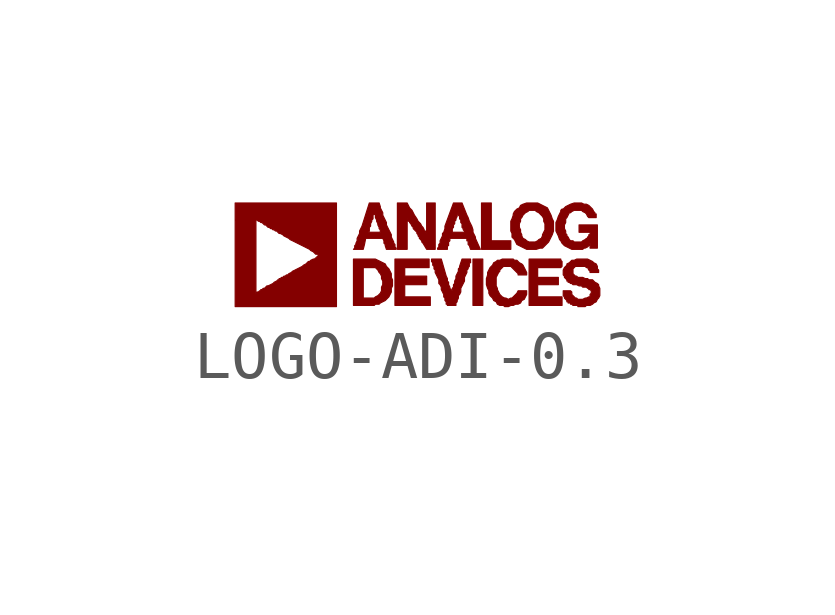
<source format=kicad_sym>
(kicad_symbol_lib
  (version 20201005)
  (generator kicad_symbol_editor)
  (symbol "LOGO-ADI-0.3"
    (pin_names
      (offset 1.016))
    (property "Reference" "#G"
      (at 0 -0.305 0)
      (effects (font (size 1.524 1.524)) hide))
    (symbol "LOGO-ADI-0.3_0_0"
      (polyline (pts (xy 1.372 -0.102) (xy 1.168 -0.102) (xy 1.168 -1.067) (xy 1.372 -1.067) (xy 1.372 -0.102)) (stroke (width 0.025)) (fill (type outline)))
      (polyline (pts (xy 1.956 0.279) (xy 1.549 0.279) (xy 1.549 1.067) (xy 1.346 1.067) (xy 1.346 0.102) (xy 1.956 0.102) (xy 1.956 0.279)) (stroke (width 0.025)) (fill (type outline)))
      (polyline (pts (xy 0.279 -0.889) (xy -0.254 -0.889) (xy -0.254 -0.635) (xy 0.203 -0.635) (xy 0.203 -0.457) (xy -0.254 -0.457) (xy -0.254 -0.279) (xy 0.254 -0.279) (xy 0.254 -0.102) (xy -0.457 -0.102) (xy -0.457 -1.067) (xy 0.279 -1.067) (xy 0.279 -0.889)) (stroke (width 0.025)) (fill (type outline)))
      (polyline (pts (xy 3.023 -0.889) (xy 2.515 -0.889) (xy 2.515 -0.635) (xy 2.946 -0.635) (xy 2.946 -0.483) (xy 2.515 -0.483) (xy 2.515 -0.279) (xy 2.997 -0.279) (xy 3.023 -0.254) (xy 3.023 -0.152) (xy 2.997 -0.127) (xy 2.997 -0.102) (xy 2.337 -0.102) (xy 2.337 -1.067) (xy 3.023 -1.067) (xy 3.023 -0.889)) (stroke (width 0.025)) (fill (type outline)))
      (polyline (pts (xy -0.864 -1.041) (xy -0.787 -1.041) (xy -0.762 -1.016) (xy -0.66 -0.965) (xy -0.584 -0.889) (xy -0.533 -0.787) (xy -0.533 -0.711) (xy -0.508 -0.66) (xy -0.508 -0.533) (xy -0.533 -0.483) (xy -0.533 -0.406) (xy -0.584 -0.305) (xy -0.635 -0.254) (xy -0.66 -0.203) (xy -0.864 -0.102) (xy -1.321 -0.102) (xy -1.321 -0.914) (xy -1.118 -0.914) (xy -1.118 -0.279) (xy -0.864 -0.279) (xy -0.813 -0.33) (xy -0.787 -0.381) (xy -0.762 -0.406) (xy -0.737 -0.457) (xy -0.737 -0.508) (xy -0.711 -0.559) (xy -0.711 -0.635) (xy -0.737 -0.686) (xy -0.737 -0.762) (xy -0.762 -0.813) (xy -0.813 -0.864) (xy -0.864 -0.889) (xy -0.889 -0.914) (xy -1.118 -0.914) (xy -1.321 -0.914) (xy -1.321 -1.067) (xy -0.889 -1.067) (xy -0.864 -1.041)) (stroke (width 0.025)) (fill (type outline)))
      (polyline (pts (xy -0.203 0.737) (xy -0.178 0.686) (xy -0.152 0.686) (xy -0.152 0.66) (xy -0.127 0.635) (xy -0.102 0.584) (xy -0.076 0.559) (xy -0.076 0.533) (xy 0 0.457) (xy 0 0.432) (xy 0.025 0.406) (xy 0.025 0.381) (xy 0.051 0.356) (xy 0.051 0.33) (xy 0.102 0.279) (xy 0.102 0.254) (xy 0.127 0.229) (xy 0.203 0.102) (xy 0.381 0.102) (xy 0.381 1.067) (xy 0.203 1.067) (xy 0.203 0.432) (xy 0.178 0.457) (xy 0.178 0.483) (xy 0.152 0.483) (xy 0.152 0.508) (xy 0.127 0.559) (xy 0.102 0.584) (xy 0.076 0.635) (xy 0.025 0.686) (xy 0 0.737) (xy -0.051 0.813) (xy -0.102 0.914) (xy -0.152 0.965) (xy -0.203 1.067) (xy -0.406 1.067) (xy -0.406 0.102) (xy -0.203 0.102) (xy -0.203 0.737)) (stroke (width 0.025)) (fill (type outline)))
      (polyline (pts (xy -1.092 0.203) (xy -1.067 0.33) (xy -0.711 0.33) (xy -0.686 0.279) (xy -0.686 0.229) (xy -0.66 0.203) (xy -0.66 0.178) (xy -0.635 0.102) (xy -0.432 0.102) (xy -0.432 0.127) (xy -0.457 0.152) (xy -0.457 0.203) (xy -0.483 0.229) (xy -0.483 0.254) (xy -0.533 0.356) (xy -0.533 0.406) (xy -0.635 0.61) (xy -0.635 0.66) (xy -0.711 0.813) (xy -0.711 0.864) (xy -0.762 0.965) (xy -0.762 0.991) (xy -0.787 1.067) (xy -0.991 1.067) (xy -1.143 0.584) (xy -1.194 0.483) (xy -1.194 0.457) (xy -1.016 0.457) (xy -0.991 0.483) (xy -0.991 0.559) (xy -0.965 0.584) (xy -0.965 0.635) (xy -0.94 0.686) (xy -0.94 0.711) (xy -0.914 0.737) (xy -0.914 0.813) (xy -0.889 0.838) (xy -0.864 0.813) (xy -0.864 0.762) (xy -0.838 0.711) (xy -0.838 0.686) (xy -0.813 0.635) (xy -0.813 0.61) (xy -0.787 0.559) (xy -0.787 0.533) (xy -0.762 0.508) (xy -0.762 0.457) (xy -1.016 0.457) (xy -1.194 0.457) (xy -1.194 0.432) (xy -1.245 0.33) (xy -1.245 0.279) (xy -1.27 0.229) (xy -1.27 0.203) (xy -1.295 0.178) (xy -1.295 0.127) (xy -1.321 0.102) (xy -1.118 0.102) (xy -1.092 0.203)) (stroke (width 0.025)) (fill (type outline)))
      (polyline (pts (xy 0.635 0.178) (xy 0.66 0.178) (xy 0.66 0.254) (xy 0.686 0.279) (xy 0.686 0.33) (xy 1.041 0.33) (xy 1.041 0.279) (xy 1.067 0.279) (xy 1.067 0.203) (xy 1.092 0.178) (xy 1.118 0.102) (xy 1.321 0.102) (xy 1.219 0.33) (xy 1.219 0.356) (xy 1.168 0.457) (xy 1.168 0.508) (xy 1.143 0.584) (xy 1.092 0.686) (xy 1.067 0.762) (xy 1.041 0.813) (xy 0.94 1.067) (xy 0.762 1.067) (xy 0.584 0.584) (xy 0.584 0.533) (xy 0.559 0.457) (xy 0.737 0.457) (xy 0.737 0.533) (xy 0.762 0.559) (xy 0.762 0.61) (xy 0.787 0.635) (xy 0.787 0.686) (xy 0.813 0.711) (xy 0.813 0.737) (xy 0.838 0.787) (xy 0.838 0.838) (xy 0.864 0.864) (xy 0.864 0.813) (xy 0.889 0.787) (xy 0.889 0.737) (xy 0.914 0.711) (xy 0.914 0.66) (xy 0.94 0.635) (xy 0.94 0.559) (xy 0.965 0.533) (xy 0.965 0.508) (xy 0.991 0.483) (xy 0.991 0.457) (xy 0.737 0.457) (xy 0.559 0.457) (xy 0.533 0.432) (xy 0.533 0.381) (xy 0.483 0.279) (xy 0.483 0.229) (xy 0.457 0.203) (xy 0.457 0.152) (xy 0.432 0.127) (xy 0.432 0.102) (xy 0.635 0.102) (xy 0.635 0.178)) (stroke (width 0.025)) (fill (type outline)))
      (polyline (pts (xy 1.956 -1.067) (xy 2.007 -1.067) (xy 2.057 -1.041) (xy 2.108 -1.041) (xy 2.159 -1.016) (xy 2.184 -0.965) (xy 2.235 -0.94) (xy 2.286 -0.838) (xy 2.286 -0.762) (xy 2.108 -0.762) (xy 2.083 -0.813) (xy 1.981 -0.914) (xy 1.956 -0.914) (xy 1.905 -0.94) (xy 1.854 -0.914) (xy 1.829 -0.914) (xy 1.778 -0.889) (xy 1.727 -0.838) (xy 1.676 -0.737) (xy 1.676 -0.711) (xy 1.651 -0.66) (xy 1.651 -0.483) (xy 1.702 -0.381) (xy 1.727 -0.356) (xy 1.727 -0.33) (xy 1.803 -0.254) (xy 1.956 -0.254) (xy 2.108 -0.406) (xy 2.108 -0.432) (xy 2.286 -0.432) (xy 2.286 -0.381) (xy 2.21 -0.229) (xy 2.184 -0.203) (xy 2.134 -0.178) (xy 2.083 -0.127) (xy 2.032 -0.127) (xy 2.007 -0.102) (xy 1.778 -0.102) (xy 1.727 -0.127) (xy 1.676 -0.127) (xy 1.651 -0.152) (xy 1.6 -0.178) (xy 1.575 -0.229) (xy 1.524 -0.279) (xy 1.473 -0.381) (xy 1.473 -0.432) (xy 1.448 -0.508) (xy 1.448 -0.635) (xy 1.473 -0.711) (xy 1.499 -0.762) (xy 1.499 -0.813) (xy 1.524 -0.864) (xy 1.575 -0.914) (xy 1.6 -0.965) (xy 1.651 -0.991) (xy 1.676 -1.041) (xy 1.727 -1.067) (xy 1.803 -1.067) (xy 1.829 -1.092) (xy 1.905 -1.092) (xy 1.956 -1.067)) (stroke (width 0.025)) (fill (type outline)))
      (polyline (pts (xy 2.565 0.127) (xy 2.616 0.127) (xy 2.743 0.254) (xy 2.819 0.406) (xy 2.845 0.483) (xy 2.845 0.686) (xy 2.819 0.737) (xy 2.794 0.813) (xy 2.718 0.965) (xy 2.515 1.067) (xy 2.286 1.067) (xy 2.21 1.041) (xy 2.159 1.016) (xy 2.134 0.965) (xy 2.083 0.94) (xy 2.032 0.889) (xy 2.007 0.838) (xy 2.007 0.813) (xy 1.981 0.737) (xy 1.956 0.686) (xy 1.956 0.559) (xy 2.134 0.559) (xy 2.134 0.635) (xy 2.159 0.686) (xy 2.159 0.737) (xy 2.184 0.762) (xy 2.21 0.813) (xy 2.261 0.864) (xy 2.311 0.889) (xy 2.337 0.914) (xy 2.464 0.914) (xy 2.489 0.889) (xy 2.54 0.864) (xy 2.616 0.787) (xy 2.642 0.737) (xy 2.642 0.686) (xy 2.667 0.635) (xy 2.667 0.508) (xy 2.616 0.406) (xy 2.616 0.381) (xy 2.591 0.33) (xy 2.54 0.305) (xy 2.515 0.279) (xy 2.464 0.254) (xy 2.337 0.254) (xy 2.286 0.279) (xy 2.261 0.305) (xy 2.21 0.33) (xy 2.184 0.381) (xy 2.184 0.406) (xy 2.159 0.457) (xy 2.159 0.508) (xy 2.134 0.559) (xy 1.956 0.559) (xy 1.956 0.483) (xy 1.981 0.432) (xy 1.981 0.356) (xy 2.032 0.305) (xy 2.083 0.203) (xy 2.286 0.102) (xy 2.489 0.102) (xy 2.565 0.127)) (stroke (width 0.025)) (fill (type outline)))
      (polyline (pts (xy 0.813 -1.016) (xy 0.838 -0.991) (xy 0.838 -0.965) (xy 0.864 -0.914) (xy 0.864 -0.864) (xy 0.889 -0.838) (xy 0.914 -0.787) (xy 0.914 -0.711) (xy 0.991 -0.559) (xy 0.991 -0.483) (xy 1.041 -0.381) (xy 1.041 -0.33) (xy 1.067 -0.305) (xy 1.067 -0.279) (xy 1.092 -0.254) (xy 1.092 -0.178) (xy 1.118 -0.178) (xy 1.118 -0.102) (xy 0.94 -0.102) (xy 0.889 -0.254) (xy 0.889 -0.279) (xy 0.864 -0.305) (xy 0.864 -0.356) (xy 0.813 -0.457) (xy 0.813 -0.508) (xy 0.787 -0.559) (xy 0.787 -0.61) (xy 0.762 -0.635) (xy 0.762 -0.686) (xy 0.737 -0.711) (xy 0.737 -0.762) (xy 0.711 -0.787) (xy 0.711 -0.737) (xy 0.686 -0.711) (xy 0.686 -0.686) (xy 0.66 -0.635) (xy 0.66 -0.584) (xy 0.635 -0.559) (xy 0.635 -0.508) (xy 0.61 -0.457) (xy 0.508 -0.102) (xy 0.305 -0.102) (xy 0.305 -0.152) (xy 0.33 -0.178) (xy 0.33 -0.229) (xy 0.356 -0.254) (xy 0.356 -0.305) (xy 0.381 -0.33) (xy 0.381 -0.381) (xy 0.457 -0.533) (xy 0.457 -0.61) (xy 0.483 -0.635) (xy 0.508 -0.686) (xy 0.508 -0.737) (xy 0.559 -0.838) (xy 0.559 -0.889) (xy 0.584 -0.914) (xy 0.584 -0.965) (xy 0.61 -0.991) (xy 0.61 -1.041) (xy 0.635 -1.041) (xy 0.635 -1.067) (xy 0.813 -1.067) (xy 0.813 -1.016)) (stroke (width 0.025)) (fill (type outline)))
      (polyline (pts (xy 3.48 0.127) (xy 3.505 0.127) (xy 3.556 0.152) (xy 3.581 0.178) (xy 3.607 0.229) (xy 3.607 0.127) (xy 3.759 0.127) (xy 3.759 0.61) (xy 3.378 0.61) (xy 3.378 0.457) (xy 3.607 0.457) (xy 3.607 0.406) (xy 3.581 0.406) (xy 3.581 0.381) (xy 3.556 0.356) (xy 3.556 0.33) (xy 3.531 0.33) (xy 3.505 0.305) (xy 3.454 0.279) (xy 3.429 0.254) (xy 3.277 0.254) (xy 3.251 0.279) (xy 3.2 0.279) (xy 3.175 0.305) (xy 3.15 0.356) (xy 3.124 0.381) (xy 3.124 0.406) (xy 3.099 0.432) (xy 3.099 0.483) (xy 3.073 0.533) (xy 3.073 0.61) (xy 3.099 0.66) (xy 3.099 0.737) (xy 3.124 0.762) (xy 3.175 0.864) (xy 3.2 0.864) (xy 3.226 0.889) (xy 3.277 0.914) (xy 3.429 0.914) (xy 3.454 0.889) (xy 3.505 0.864) (xy 3.531 0.838) (xy 3.556 0.787) (xy 3.581 0.762) (xy 3.734 0.762) (xy 3.734 0.838) (xy 3.708 0.838) (xy 3.708 0.864) (xy 3.683 0.889) (xy 3.658 0.94) (xy 3.581 1.016) (xy 3.531 1.041) (xy 3.48 1.041) (xy 3.429 1.067) (xy 3.277 1.067) (xy 3.2 1.041) (xy 3.099 0.991) (xy 3.048 0.94) (xy 3.023 0.94) (xy 2.997 0.914) (xy 2.997 0.889) (xy 2.946 0.787) (xy 2.921 0.711) (xy 2.896 0.66) (xy 2.896 0.483) (xy 2.946 0.381) (xy 2.972 0.305) (xy 2.997 0.279) (xy 3.023 0.229) (xy 3.073 0.178) (xy 3.226 0.102) (xy 3.454 0.102) (xy 3.48 0.127)) (stroke (width 0.025)) (fill (type outline)))
      (polyline (pts (xy -1.676 1.067) (xy -3.785 1.067) (xy -3.785 0.711) (xy -3.353 0.711) (xy -3.327 0.711) (xy -3.302 0.686) (xy -3.277 0.686) (xy -3.251 0.66) (xy -3.226 0.66) (xy -3.175 0.61) (xy -3.15 0.61) (xy -3.099 0.559) (xy -3.073 0.559) (xy -3.048 0.533) (xy -3.023 0.533) (xy -2.997 0.508) (xy -2.972 0.508) (xy -2.946 0.483) (xy -2.921 0.483) (xy -2.87 0.432) (xy -2.845 0.432) (xy -2.794 0.406) (xy -2.769 0.381) (xy -2.667 0.33) (xy -2.642 0.305) (xy -2.235 0.102) (xy -2.21 0.076) (xy -2.159 0.051) (xy -2.108 0) (xy -2.057 0) (xy -2.057 -0.025) (xy -2.032 -0.025) (xy -2.083 -0.051) (xy -2.083 -0.076) (xy -2.108 -0.076) (xy -2.134 -0.102) (xy -2.159 -0.102) (xy -2.21 -0.127) (xy -2.235 -0.152) (xy -2.261 -0.152) (xy -2.311 -0.203) (xy -2.362 -0.229) (xy -2.388 -0.254) (xy -2.591 -0.356) (xy -2.616 -0.381) (xy -2.667 -0.406) (xy -2.692 -0.432) (xy -2.718 -0.432) (xy -2.743 -0.457) (xy -2.769 -0.457) (xy -2.794 -0.483) (xy -2.819 -0.483) (xy -2.845 -0.508) (xy -2.87 -0.508) (xy -2.87 -0.533) (xy -2.896 -0.533) (xy -2.921 -0.559) (xy -2.972 -0.584) (xy -2.997 -0.61) (xy -3.099 -0.66) (xy -3.124 -0.66) (xy -3.175 -0.711) (xy -3.2 -0.711) (xy -3.226 -0.737) (xy -3.251 -0.737) (xy -3.251 -0.762) (xy -3.277 -0.762) (xy -3.302 -0.787) (xy -3.327 -0.787) (xy -3.353 -0.813) (xy -3.353 0.711) (xy -3.785 0.711) (xy -3.785 -1.092) (xy -1.676 -1.092) (xy -1.676 1.067)) (stroke (width 0.025)) (fill (type outline)))
      (polyline (pts (xy 3.531 -1.067) (xy 3.607 -1.067) (xy 3.658 -1.041) (xy 3.683 -1.016) (xy 3.734 -0.991) (xy 3.759 -0.94) (xy 3.785 -0.914) (xy 3.81 -0.864) (xy 3.81 -0.711) (xy 3.785 -0.66) (xy 3.785 -0.635) (xy 3.759 -0.61) (xy 3.708 -0.584) (xy 3.658 -0.533) (xy 3.581 -0.533) (xy 3.556 -0.508) (xy 3.505 -0.508) (xy 3.454 -0.483) (xy 3.353 -0.483) (xy 3.327 -0.457) (xy 3.302 -0.457) (xy 3.251 -0.406) (xy 3.251 -0.305) (xy 3.302 -0.254) (xy 3.505 -0.254) (xy 3.531 -0.279) (xy 3.556 -0.279) (xy 3.581 -0.33) (xy 3.607 -0.356) (xy 3.607 -0.381) (xy 3.785 -0.381) (xy 3.785 -0.33) (xy 3.759 -0.305) (xy 3.759 -0.254) (xy 3.734 -0.203) (xy 3.683 -0.178) (xy 3.658 -0.152) (xy 3.556 -0.102) (xy 3.327 -0.102) (xy 3.277 -0.127) (xy 3.226 -0.127) (xy 3.175 -0.178) (xy 3.124 -0.203) (xy 3.124 -0.229) (xy 3.073 -0.279) (xy 3.048 -0.33) (xy 3.048 -0.432) (xy 3.073 -0.457) (xy 3.073 -0.483) (xy 3.124 -0.533) (xy 3.124 -0.559) (xy 3.15 -0.559) (xy 3.15 -0.584) (xy 3.175 -0.584) (xy 3.2 -0.61) (xy 3.226 -0.61) (xy 3.251 -0.635) (xy 3.327 -0.635) (xy 3.378 -0.66) (xy 3.429 -0.66) (xy 3.454 -0.686) (xy 3.531 -0.686) (xy 3.556 -0.711) (xy 3.581 -0.711) (xy 3.581 -0.737) (xy 3.607 -0.737) (xy 3.632 -0.762) (xy 3.632 -0.813) (xy 3.607 -0.838) (xy 3.607 -0.889) (xy 3.581 -0.889) (xy 3.531 -0.914) (xy 3.505 -0.914) (xy 3.454 -0.94) (xy 3.353 -0.94) (xy 3.327 -0.914) (xy 3.302 -0.914) (xy 3.226 -0.838) (xy 3.226 -0.787) (xy 3.2 -0.762) (xy 3.048 -0.762) (xy 3.048 -0.864) (xy 3.073 -0.889) (xy 3.073 -0.914) (xy 3.124 -0.965) (xy 3.124 -0.991) (xy 3.15 -0.991) (xy 3.15 -1.016) (xy 3.2 -1.016) (xy 3.2 -1.041) (xy 3.226 -1.041) (xy 3.251 -1.067) (xy 3.353 -1.067) (xy 3.353 -1.092) (xy 3.505 -1.092) (xy 3.531 -1.067)) (stroke (width 0.025)) (fill (type outline))))))
</source>
